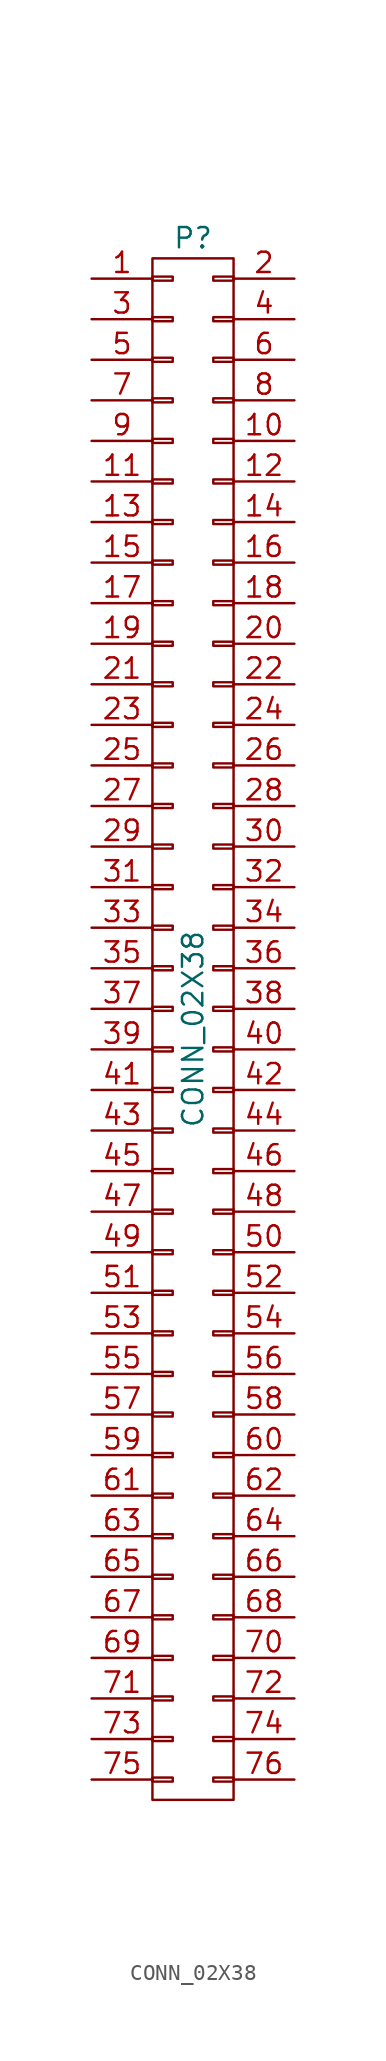
<source format=kicad_sym>
(kicad_symbol_lib
  (version 20211014)
  (generator kicad_symbol_editor)
  (symbol "CONN_02X38"
    (pin_names
      (offset 0.025) hide)
    (property "Reference" "P"
      (at 0 49.53 0)
      (effects (font (size 1.27 1.27))))
    (property "Value" "CONN_02X38"
      (at 0 0 90)
      (effects (font (size 1.27 1.27))))
    (property "Footprint" ""
      (at 0 -2.54 0)
      (effects (font (size 1.27 1.27))))
    (property "Datasheet" ""
      (at 0 -2.54 0)
      (effects (font (size 1.27 1.27))))
    (symbol "CONN_02X38_0_1"
      (rectangle (start -2.54 -48.26) (end 2.54 48.26) (stroke (width 0) (type default) (color 0 0 0 0)) (fill (type none)))
      (rectangle (start -2.54 -46.863) (end -1.27 -47.117) (stroke (width 0) (type default) (color 0 0 0 0)) (fill (type none)))
      (rectangle (start -2.54 -44.323) (end -1.27 -44.577) (stroke (width 0) (type default) (color 0 0 0 0)) (fill (type none)))
      (rectangle (start -2.54 -41.783) (end -1.27 -42.037) (stroke (width 0) (type default) (color 0 0 0 0)) (fill (type none)))
      (rectangle (start -2.54 -39.243) (end -1.27 -39.497) (stroke (width 0) (type default) (color 0 0 0 0)) (fill (type none)))
      (rectangle (start -2.54 -36.703) (end -1.27 -36.957) (stroke (width 0) (type default) (color 0 0 0 0)) (fill (type none)))
      (rectangle (start -2.54 -34.163) (end -1.27 -34.417) (stroke (width 0) (type default) (color 0 0 0 0)) (fill (type none)))
      (rectangle (start -2.54 -31.623) (end -1.27 -31.877) (stroke (width 0) (type default) (color 0 0 0 0)) (fill (type none)))
      (rectangle (start -2.54 -29.083) (end -1.27 -29.337) (stroke (width 0) (type default) (color 0 0 0 0)) (fill (type none)))
      (rectangle (start -2.54 -26.543) (end -1.27 -26.797) (stroke (width 0) (type default) (color 0 0 0 0)) (fill (type none)))
      (rectangle (start -2.54 -24.003) (end -1.27 -24.257) (stroke (width 0) (type default) (color 0 0 0 0)) (fill (type none)))
      (rectangle (start -2.54 -21.463) (end -1.27 -21.717) (stroke (width 0) (type default) (color 0 0 0 0)) (fill (type none)))
      (rectangle (start -2.54 -18.923) (end -1.27 -19.177) (stroke (width 0) (type default) (color 0 0 0 0)) (fill (type none)))
      (rectangle (start -2.54 -16.383) (end -1.27 -16.637) (stroke (width 0) (type default) (color 0 0 0 0)) (fill (type none)))
      (rectangle (start -2.54 -13.843) (end -1.27 -14.097) (stroke (width 0) (type default) (color 0 0 0 0)) (fill (type none)))
      (rectangle (start -2.54 -11.303) (end -1.27 -11.557) (stroke (width 0) (type default) (color 0 0 0 0)) (fill (type none)))
      (rectangle (start -2.54 -8.763) (end -1.27 -9.017) (stroke (width 0) (type default) (color 0 0 0 0)) (fill (type none)))
      (rectangle (start -2.54 -6.223) (end -1.27 -6.477) (stroke (width 0) (type default) (color 0 0 0 0)) (fill (type none)))
      (rectangle (start -2.54 -3.683) (end -1.27 -3.937) (stroke (width 0) (type default) (color 0 0 0 0)) (fill (type none)))
      (rectangle (start -2.54 -1.143) (end -1.27 -1.397) (stroke (width 0) (type default) (color 0 0 0 0)) (fill (type none)))
      (rectangle (start -2.54 1.397) (end -1.27 1.143) (stroke (width 0) (type default) (color 0 0 0 0)) (fill (type none)))
      (rectangle (start -2.54 3.937) (end -1.27 3.683) (stroke (width 0) (type default) (color 0 0 0 0)) (fill (type none)))
      (rectangle (start -2.54 6.477) (end -1.27 6.223) (stroke (width 0) (type default) (color 0 0 0 0)) (fill (type none)))
      (rectangle (start -2.54 9.017) (end -1.27 8.763) (stroke (width 0) (type default) (color 0 0 0 0)) (fill (type none)))
      (rectangle (start -2.54 11.557) (end -1.27 11.303) (stroke (width 0) (type default) (color 0 0 0 0)) (fill (type none)))
      (rectangle (start -2.54 14.097) (end -1.27 13.843) (stroke (width 0) (type default) (color 0 0 0 0)) (fill (type none)))
      (rectangle (start -2.54 16.637) (end -1.27 16.383) (stroke (width 0) (type default) (color 0 0 0 0)) (fill (type none)))
      (rectangle (start -2.54 19.177) (end -1.27 18.923) (stroke (width 0) (type default) (color 0 0 0 0)) (fill (type none)))
      (rectangle (start -2.54 21.717) (end -1.27 21.463) (stroke (width 0) (type default) (color 0 0 0 0)) (fill (type none)))
      (rectangle (start -2.54 24.257) (end -1.27 24.003) (stroke (width 0) (type default) (color 0 0 0 0)) (fill (type none)))
      (rectangle (start -2.54 26.797) (end -1.27 26.543) (stroke (width 0) (type default) (color 0 0 0 0)) (fill (type none)))
      (rectangle (start -2.54 29.337) (end -1.27 29.083) (stroke (width 0) (type default) (color 0 0 0 0)) (fill (type none)))
      (rectangle (start -2.54 31.877) (end -1.27 31.623) (stroke (width 0) (type default) (color 0 0 0 0)) (fill (type none)))
      (rectangle (start -2.54 34.417) (end -1.27 34.163) (stroke (width 0) (type default) (color 0 0 0 0)) (fill (type none)))
      (rectangle (start -2.54 36.957) (end -1.27 36.703) (stroke (width 0) (type default) (color 0 0 0 0)) (fill (type none)))
      (rectangle (start -2.54 39.497) (end -1.27 39.243) (stroke (width 0) (type default) (color 0 0 0 0)) (fill (type none)))
      (rectangle (start -2.54 42.037) (end -1.27 41.783) (stroke (width 0) (type default) (color 0 0 0 0)) (fill (type none)))
      (rectangle (start -2.54 44.577) (end -1.27 44.323) (stroke (width 0) (type default) (color 0 0 0 0)) (fill (type none)))
      (rectangle (start -2.54 47.117) (end -1.27 46.863) (stroke (width 0) (type default) (color 0 0 0 0)) (fill (type none)))
      (rectangle (start 1.27 -46.863) (end 2.54 -47.117) (stroke (width 0) (type default) (color 0 0 0 0)) (fill (type none)))
      (rectangle (start 1.27 -44.323) (end 2.54 -44.577) (stroke (width 0) (type default) (color 0 0 0 0)) (fill (type none)))
      (rectangle (start 1.27 -41.783) (end 2.54 -42.037) (stroke (width 0) (type default) (color 0 0 0 0)) (fill (type none)))
      (rectangle (start 1.27 -39.243) (end 2.54 -39.497) (stroke (width 0) (type default) (color 0 0 0 0)) (fill (type none)))
      (rectangle (start 1.27 -36.703) (end 2.54 -36.957) (stroke (width 0) (type default) (color 0 0 0 0)) (fill (type none)))
      (rectangle (start 1.27 -34.163) (end 2.54 -34.417) (stroke (width 0) (type default) (color 0 0 0 0)) (fill (type none)))
      (rectangle (start 1.27 -31.623) (end 2.54 -31.877) (stroke (width 0) (type default) (color 0 0 0 0)) (fill (type none)))
      (rectangle (start 1.27 -29.083) (end 2.54 -29.337) (stroke (width 0) (type default) (color 0 0 0 0)) (fill (type none)))
      (rectangle (start 1.27 -26.543) (end 2.54 -26.797) (stroke (width 0) (type default) (color 0 0 0 0)) (fill (type none)))
      (rectangle (start 1.27 -24.003) (end 2.54 -24.257) (stroke (width 0) (type default) (color 0 0 0 0)) (fill (type none)))
      (rectangle (start 1.27 -21.463) (end 2.54 -21.717) (stroke (width 0) (type default) (color 0 0 0 0)) (fill (type none)))
      (rectangle (start 1.27 -18.923) (end 2.54 -19.177) (stroke (width 0) (type default) (color 0 0 0 0)) (fill (type none)))
      (rectangle (start 1.27 -16.383) (end 2.54 -16.637) (stroke (width 0) (type default) (color 0 0 0 0)) (fill (type none)))
      (rectangle (start 1.27 -13.843) (end 2.54 -14.097) (stroke (width 0) (type default) (color 0 0 0 0)) (fill (type none)))
      (rectangle (start 1.27 -11.303) (end 2.54 -11.557) (stroke (width 0) (type default) (color 0 0 0 0)) (fill (type none)))
      (rectangle (start 1.27 -8.763) (end 2.54 -9.017) (stroke (width 0) (type default) (color 0 0 0 0)) (fill (type none)))
      (rectangle (start 1.27 -6.223) (end 2.54 -6.477) (stroke (width 0) (type default) (color 0 0 0 0)) (fill (type none)))
      (rectangle (start 1.27 -3.683) (end 2.54 -3.937) (stroke (width 0) (type default) (color 0 0 0 0)) (fill (type none)))
      (rectangle (start 1.27 -1.143) (end 2.54 -1.397) (stroke (width 0) (type default) (color 0 0 0 0)) (fill (type none)))
      (rectangle (start 1.27 1.397) (end 2.54 1.143) (stroke (width 0) (type default) (color 0 0 0 0)) (fill (type none)))
      (rectangle (start 1.27 3.937) (end 2.54 3.683) (stroke (width 0) (type default) (color 0 0 0 0)) (fill (type none)))
      (rectangle (start 1.27 6.477) (end 2.54 6.223) (stroke (width 0) (type default) (color 0 0 0 0)) (fill (type none)))
      (rectangle (start 1.27 9.017) (end 2.54 8.763) (stroke (width 0) (type default) (color 0 0 0 0)) (fill (type none)))
      (rectangle (start 1.27 11.557) (end 2.54 11.303) (stroke (width 0) (type default) (color 0 0 0 0)) (fill (type none)))
      (rectangle (start 1.27 14.097) (end 2.54 13.843) (stroke (width 0) (type default) (color 0 0 0 0)) (fill (type none)))
      (rectangle (start 1.27 16.637) (end 2.54 16.383) (stroke (width 0) (type default) (color 0 0 0 0)) (fill (type none)))
      (rectangle (start 1.27 19.177) (end 2.54 18.923) (stroke (width 0) (type default) (color 0 0 0 0)) (fill (type none)))
      (rectangle (start 1.27 21.717) (end 2.54 21.463) (stroke (width 0) (type default) (color 0 0 0 0)) (fill (type none)))
      (rectangle (start 1.27 24.257) (end 2.54 24.003) (stroke (width 0) (type default) (color 0 0 0 0)) (fill (type none)))
      (rectangle (start 1.27 26.797) (end 2.54 26.543) (stroke (width 0) (type default) (color 0 0 0 0)) (fill (type none)))
      (rectangle (start 1.27 29.337) (end 2.54 29.083) (stroke (width 0) (type default) (color 0 0 0 0)) (fill (type none)))
      (rectangle (start 1.27 31.877) (end 2.54 31.623) (stroke (width 0) (type default) (color 0 0 0 0)) (fill (type none)))
      (rectangle (start 1.27 34.417) (end 2.54 34.163) (stroke (width 0) (type default) (color 0 0 0 0)) (fill (type none)))
      (rectangle (start 1.27 36.957) (end 2.54 36.703) (stroke (width 0) (type default) (color 0 0 0 0)) (fill (type none)))
      (rectangle (start 1.27 39.497) (end 2.54 39.243) (stroke (width 0) (type default) (color 0 0 0 0)) (fill (type none)))
      (rectangle (start 1.27 42.037) (end 2.54 41.783) (stroke (width 0) (type default) (color 0 0 0 0)) (fill (type none)))
      (rectangle (start 1.27 44.577) (end 2.54 44.323) (stroke (width 0) (type default) (color 0 0 0 0)) (fill (type none)))
      (rectangle (start 1.27 47.117) (end 2.54 46.863) (stroke (width 0) (type default) (color 0 0 0 0)) (fill (type none))))
    (symbol "CONN_02X38_1_1"
      (pin passive line (at -6.35 46.99 0) (length 3.81) (name "P1" (effects (font (size 1.27 1.27)))) (number "1" (effects (font (size 1.27 1.27)))))
      (pin passive line (at 6.35 36.83 180) (length 3.81) (name "P10" (effects (font (size 1.27 1.27)))) (number "10" (effects (font (size 1.27 1.27)))))
      (pin passive line (at -6.35 34.29 0) (length 3.81) (name "P11" (effects (font (size 1.27 1.27)))) (number "11" (effects (font (size 1.27 1.27)))))
      (pin passive line (at 6.35 34.29 180) (length 3.81) (name "P12" (effects (font (size 1.27 1.27)))) (number "12" (effects (font (size 1.27 1.27)))))
      (pin passive line (at -6.35 31.75 0) (length 3.81) (name "P13" (effects (font (size 1.27 1.27)))) (number "13" (effects (font (size 1.27 1.27)))))
      (pin passive line (at 6.35 31.75 180) (length 3.81) (name "P14" (effects (font (size 1.27 1.27)))) (number "14" (effects (font (size 1.27 1.27)))))
      (pin passive line (at -6.35 29.21 0) (length 3.81) (name "P15" (effects (font (size 1.27 1.27)))) (number "15" (effects (font (size 1.27 1.27)))))
      (pin passive line (at 6.35 29.21 180) (length 3.81) (name "P16" (effects (font (size 1.27 1.27)))) (number "16" (effects (font (size 1.27 1.27)))))
      (pin passive line (at -6.35 26.67 0) (length 3.81) (name "P17" (effects (font (size 1.27 1.27)))) (number "17" (effects (font (size 1.27 1.27)))))
      (pin passive line (at 6.35 26.67 180) (length 3.81) (name "P18" (effects (font (size 1.27 1.27)))) (number "18" (effects (font (size 1.27 1.27)))))
      (pin passive line (at -6.35 24.13 0) (length 3.81) (name "P19" (effects (font (size 1.27 1.27)))) (number "19" (effects (font (size 1.27 1.27)))))
      (pin passive line (at 6.35 46.99 180) (length 3.81) (name "P2" (effects (font (size 1.27 1.27)))) (number "2" (effects (font (size 1.27 1.27)))))
      (pin passive line (at 6.35 24.13 180) (length 3.81) (name "P20" (effects (font (size 1.27 1.27)))) (number "20" (effects (font (size 1.27 1.27)))))
      (pin passive line (at -6.35 21.59 0) (length 3.81) (name "P21" (effects (font (size 1.27 1.27)))) (number "21" (effects (font (size 1.27 1.27)))))
      (pin passive line (at 6.35 21.59 180) (length 3.81) (name "P22" (effects (font (size 1.27 1.27)))) (number "22" (effects (font (size 1.27 1.27)))))
      (pin passive line (at -6.35 19.05 0) (length 3.81) (name "P23" (effects (font (size 1.27 1.27)))) (number "23" (effects (font (size 1.27 1.27)))))
      (pin passive line (at 6.35 19.05 180) (length 3.81) (name "P24" (effects (font (size 1.27 1.27)))) (number "24" (effects (font (size 1.27 1.27)))))
      (pin passive line (at -6.35 16.51 0) (length 3.81) (name "P25" (effects (font (size 1.27 1.27)))) (number "25" (effects (font (size 1.27 1.27)))))
      (pin passive line (at 6.35 16.51 180) (length 3.81) (name "P26" (effects (font (size 1.27 1.27)))) (number "26" (effects (font (size 1.27 1.27)))))
      (pin passive line (at -6.35 13.97 0) (length 3.81) (name "P27" (effects (font (size 1.27 1.27)))) (number "27" (effects (font (size 1.27 1.27)))))
      (pin passive line (at 6.35 13.97 180) (length 3.81) (name "P28" (effects (font (size 1.27 1.27)))) (number "28" (effects (font (size 1.27 1.27)))))
      (pin passive line (at -6.35 11.43 0) (length 3.81) (name "P29" (effects (font (size 1.27 1.27)))) (number "29" (effects (font (size 1.27 1.27)))))
      (pin passive line (at -6.35 44.45 0) (length 3.81) (name "P3" (effects (font (size 1.27 1.27)))) (number "3" (effects (font (size 1.27 1.27)))))
      (pin passive line (at 6.35 11.43 180) (length 3.81) (name "P30" (effects (font (size 1.27 1.27)))) (number "30" (effects (font (size 1.27 1.27)))))
      (pin passive line (at -6.35 8.89 0) (length 3.81) (name "P31" (effects (font (size 1.27 1.27)))) (number "31" (effects (font (size 1.27 1.27)))))
      (pin passive line (at 6.35 8.89 180) (length 3.81) (name "P32" (effects (font (size 1.27 1.27)))) (number "32" (effects (font (size 1.27 1.27)))))
      (pin passive line (at -6.35 6.35 0) (length 3.81) (name "P33" (effects (font (size 1.27 1.27)))) (number "33" (effects (font (size 1.27 1.27)))))
      (pin passive line (at 6.35 6.35 180) (length 3.81) (name "P34" (effects (font (size 1.27 1.27)))) (number "34" (effects (font (size 1.27 1.27)))))
      (pin passive line (at -6.35 3.81 0) (length 3.81) (name "P35" (effects (font (size 1.27 1.27)))) (number "35" (effects (font (size 1.27 1.27)))))
      (pin passive line (at 6.35 3.81 180) (length 3.81) (name "P36" (effects (font (size 1.27 1.27)))) (number "36" (effects (font (size 1.27 1.27)))))
      (pin passive line (at -6.35 1.27 0) (length 3.81) (name "P37" (effects (font (size 1.27 1.27)))) (number "37" (effects (font (size 1.27 1.27)))))
      (pin passive line (at 6.35 1.27 180) (length 3.81) (name "P38" (effects (font (size 1.27 1.27)))) (number "38" (effects (font (size 1.27 1.27)))))
      (pin passive line (at -6.35 -1.27 0) (length 3.81) (name "P39" (effects (font (size 1.27 1.27)))) (number "39" (effects (font (size 1.27 1.27)))))
      (pin passive line (at 6.35 44.45 180) (length 3.81) (name "P4" (effects (font (size 1.27 1.27)))) (number "4" (effects (font (size 1.27 1.27)))))
      (pin passive line (at 6.35 -1.27 180) (length 3.81) (name "P40" (effects (font (size 1.27 1.27)))) (number "40" (effects (font (size 1.27 1.27)))))
      (pin passive line (at -6.35 -3.81 0) (length 3.81) (name "P41" (effects (font (size 1.27 1.27)))) (number "41" (effects (font (size 1.27 1.27)))))
      (pin passive line (at 6.35 -3.81 180) (length 3.81) (name "P42" (effects (font (size 1.27 1.27)))) (number "42" (effects (font (size 1.27 1.27)))))
      (pin passive line (at -6.35 -6.35 0) (length 3.81) (name "P43" (effects (font (size 1.27 1.27)))) (number "43" (effects (font (size 1.27 1.27)))))
      (pin passive line (at 6.35 -6.35 180) (length 3.81) (name "P44" (effects (font (size 1.27 1.27)))) (number "44" (effects (font (size 1.27 1.27)))))
      (pin passive line (at -6.35 -8.89 0) (length 3.81) (name "P45" (effects (font (size 1.27 1.27)))) (number "45" (effects (font (size 1.27 1.27)))))
      (pin passive line (at 6.35 -8.89 180) (length 3.81) (name "P46" (effects (font (size 1.27 1.27)))) (number "46" (effects (font (size 1.27 1.27)))))
      (pin passive line (at -6.35 -11.43 0) (length 3.81) (name "P47" (effects (font (size 1.27 1.27)))) (number "47" (effects (font (size 1.27 1.27)))))
      (pin passive line (at 6.35 -11.43 180) (length 3.81) (name "P48" (effects (font (size 1.27 1.27)))) (number "48" (effects (font (size 1.27 1.27)))))
      (pin passive line (at -6.35 -13.97 0) (length 3.81) (name "P49" (effects (font (size 1.27 1.27)))) (number "49" (effects (font (size 1.27 1.27)))))
      (pin passive line (at -6.35 41.91 0) (length 3.81) (name "P5" (effects (font (size 1.27 1.27)))) (number "5" (effects (font (size 1.27 1.27)))))
      (pin passive line (at 6.35 -13.97 180) (length 3.81) (name "P50" (effects (font (size 1.27 1.27)))) (number "50" (effects (font (size 1.27 1.27)))))
      (pin passive line (at -6.35 -16.51 0) (length 3.81) (name "P51" (effects (font (size 1.27 1.27)))) (number "51" (effects (font (size 1.27 1.27)))))
      (pin passive line (at 6.35 -16.51 180) (length 3.81) (name "P52" (effects (font (size 1.27 1.27)))) (number "52" (effects (font (size 1.27 1.27)))))
      (pin passive line (at -6.35 -19.05 0) (length 3.81) (name "P53" (effects (font (size 1.27 1.27)))) (number "53" (effects (font (size 1.27 1.27)))))
      (pin passive line (at 6.35 -19.05 180) (length 3.81) (name "P54" (effects (font (size 1.27 1.27)))) (number "54" (effects (font (size 1.27 1.27)))))
      (pin passive line (at -6.35 -21.59 0) (length 3.81) (name "P55" (effects (font (size 1.27 1.27)))) (number "55" (effects (font (size 1.27 1.27)))))
      (pin passive line (at 6.35 -21.59 180) (length 3.81) (name "P56" (effects (font (size 1.27 1.27)))) (number "56" (effects (font (size 1.27 1.27)))))
      (pin passive line (at -6.35 -24.13 0) (length 3.81) (name "P57" (effects (font (size 1.27 1.27)))) (number "57" (effects (font (size 1.27 1.27)))))
      (pin passive line (at 6.35 -24.13 180) (length 3.81) (name "P58" (effects (font (size 1.27 1.27)))) (number "58" (effects (font (size 1.27 1.27)))))
      (pin passive line (at -6.35 -26.67 0) (length 3.81) (name "P59" (effects (font (size 1.27 1.27)))) (number "59" (effects (font (size 1.27 1.27)))))
      (pin passive line (at 6.35 41.91 180) (length 3.81) (name "P6" (effects (font (size 1.27 1.27)))) (number "6" (effects (font (size 1.27 1.27)))))
      (pin passive line (at 6.35 -26.67 180) (length 3.81) (name "P60" (effects (font (size 1.27 1.27)))) (number "60" (effects (font (size 1.27 1.27)))))
      (pin passive line (at -6.35 -29.21 0) (length 3.81) (name "P61" (effects (font (size 1.27 1.27)))) (number "61" (effects (font (size 1.27 1.27)))))
      (pin passive line (at 6.35 -29.21 180) (length 3.81) (name "P62" (effects (font (size 1.27 1.27)))) (number "62" (effects (font (size 1.27 1.27)))))
      (pin passive line (at -6.35 -31.75 0) (length 3.81) (name "P63" (effects (font (size 1.27 1.27)))) (number "63" (effects (font (size 1.27 1.27)))))
      (pin passive line (at 6.35 -31.75 180) (length 3.81) (name "P64" (effects (font (size 1.27 1.27)))) (number "64" (effects (font (size 1.27 1.27)))))
      (pin passive line (at -6.35 -34.29 0) (length 3.81) (name "P65" (effects (font (size 1.27 1.27)))) (number "65" (effects (font (size 1.27 1.27)))))
      (pin passive line (at 6.35 -34.29 180) (length 3.81) (name "P66" (effects (font (size 1.27 1.27)))) (number "66" (effects (font (size 1.27 1.27)))))
      (pin passive line (at -6.35 -36.83 0) (length 3.81) (name "P67" (effects (font (size 1.27 1.27)))) (number "67" (effects (font (size 1.27 1.27)))))
      (pin passive line (at 6.35 -36.83 180) (length 3.81) (name "P68" (effects (font (size 1.27 1.27)))) (number "68" (effects (font (size 1.27 1.27)))))
      (pin passive line (at -6.35 -39.37 0) (length 3.81) (name "P69" (effects (font (size 1.27 1.27)))) (number "69" (effects (font (size 1.27 1.27)))))
      (pin passive line (at -6.35 39.37 0) (length 3.81) (name "P7" (effects (font (size 1.27 1.27)))) (number "7" (effects (font (size 1.27 1.27)))))
      (pin passive line (at 6.35 -39.37 180) (length 3.81) (name "P70" (effects (font (size 1.27 1.27)))) (number "70" (effects (font (size 1.27 1.27)))))
      (pin passive line (at -6.35 -41.91 0) (length 3.81) (name "P71" (effects (font (size 1.27 1.27)))) (number "71" (effects (font (size 1.27 1.27)))))
      (pin passive line (at 6.35 -41.91 180) (length 3.81) (name "P72" (effects (font (size 1.27 1.27)))) (number "72" (effects (font (size 1.27 1.27)))))
      (pin passive line (at -6.35 -44.45 0) (length 3.81) (name "P73" (effects (font (size 1.27 1.27)))) (number "73" (effects (font (size 1.27 1.27)))))
      (pin passive line (at 6.35 -44.45 180) (length 3.81) (name "P74" (effects (font (size 1.27 1.27)))) (number "74" (effects (font (size 1.27 1.27)))))
      (pin passive line (at -6.35 -46.99 0) (length 3.81) (name "P75" (effects (font (size 1.27 1.27)))) (number "75" (effects (font (size 1.27 1.27)))))
      (pin passive line (at 6.35 -46.99 180) (length 3.81) (name "P76" (effects (font (size 1.27 1.27)))) (number "76" (effects (font (size 1.27 1.27)))))
      (pin passive line (at 6.35 39.37 180) (length 3.81) (name "P8" (effects (font (size 1.27 1.27)))) (number "8" (effects (font (size 1.27 1.27)))))
      (pin passive line (at -6.35 36.83 0) (length 3.81) (name "P9" (effects (font (size 1.27 1.27)))) (number "9" (effects (font (size 1.27 1.27))))))))
</source>
